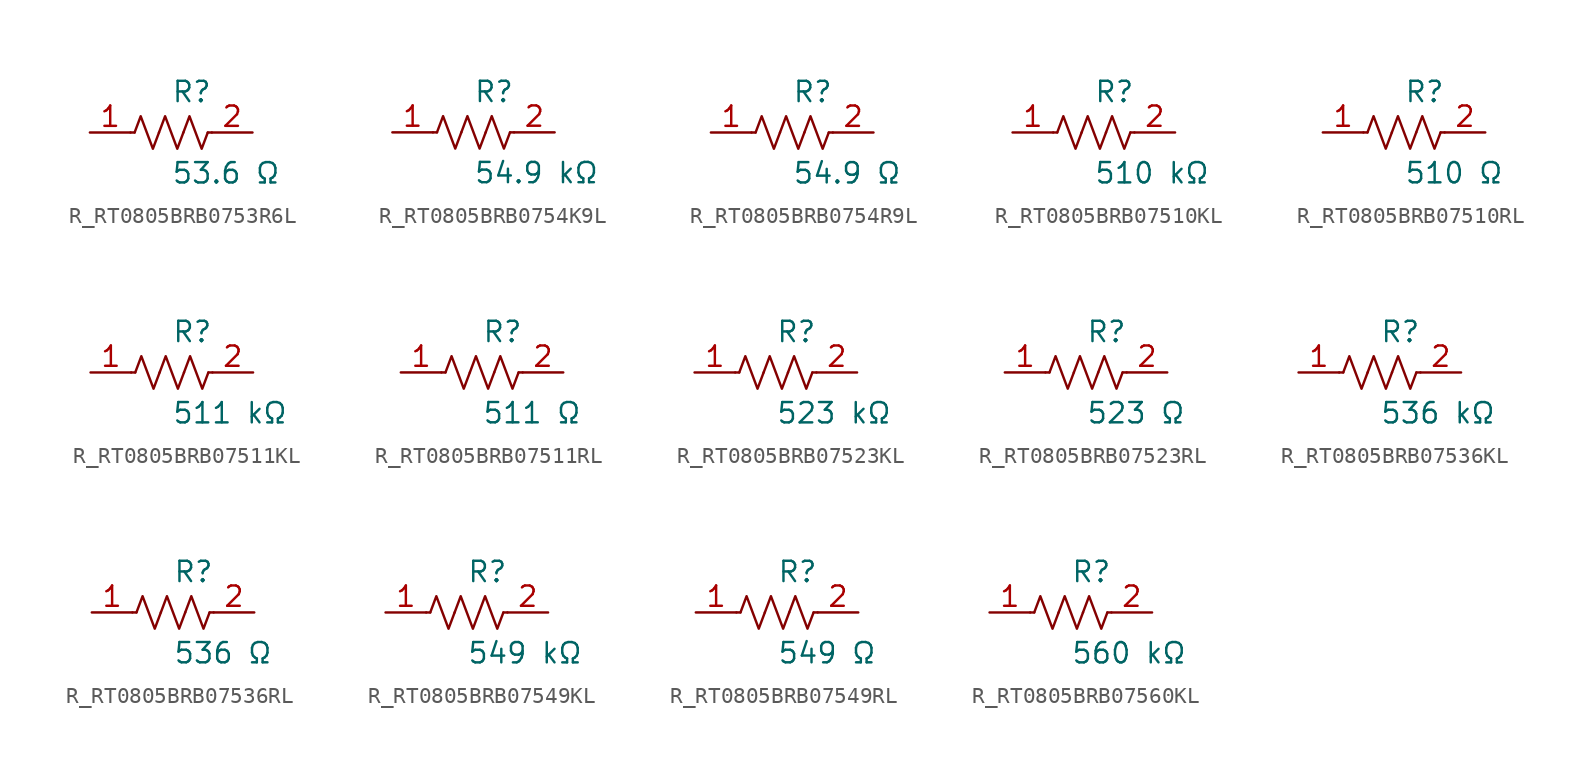
<source format=kicad_sym>
(kicad_symbol_lib
  (version 20231120)
  (generator kicad_symbol_editor)
  (generator_version 8.0)
  (symbol "R_RT0805BRB0753R6L"
    (pin_names
      (offset 0.254))
    (property "Reference" "R"
      (at 0 2.54 0)
      (effects (font (size 1.27 1.27)) (justify left)))
    (property "Value" "53.6 Ω"
      (at 0 -2.54 0)
      (effects (font (size 1.27 1.27)) (justify left)))
    (symbol "R_RT0805BRB0753R6L_0_1"
      (polyline (pts (xy 2.286 0) (xy 2.54 0)) (stroke (width 0) (type default)) (fill (type none)))
      (polyline (pts (xy -2.286 0) (xy -2.54 0)) (stroke (width 0) (type default)) (fill (type none)))
      (polyline (pts (xy 0.762 0) (xy 1.143 1.016) (xy 1.524 0) (xy 1.905 -1.016) (xy 2.286 0)) (stroke (width 0) (type default)) (fill (type none)))
      (polyline (pts (xy -0.762 0) (xy -0.381 1.016) (xy 0 0) (xy 0.381 -1.016) (xy 0.762 0)) (stroke (width 0) (type default)) (fill (type none)))
      (polyline (pts (xy -2.286 0) (xy -1.905 1.016) (xy -1.524 0) (xy -1.143 -1.016) (xy -0.762 0)) (stroke (width 0) (type default)) (fill (type none))))
    (pin unspecified line
      (at -5.08 0 0)
      (length 2.54)
      (name "" (effects (font (size 1.27 1.27))))
      (number "1" (effects (font (size 1.27 1.27)))))
    (pin unspecified line
      (at 5.08 0 180)
      (length 2.54)
      (name "" (effects (font (size 1.27 1.27))))
      (number "2" (effects (font (size 1.27 1.27))))))
  (symbol "R_RT0805BRB0754K9L"
    (pin_names
      (offset 0.254))
    (property "Reference" "R"
      (at 0 2.54 0)
      (effects (font (size 1.27 1.27)) (justify left)))
    (property "Value" "54.9 kΩ"
      (at 0 -2.54 0)
      (effects (font (size 1.27 1.27)) (justify left)))
    (symbol "R_RT0805BRB0754K9L_0_1"
      (polyline (pts (xy 2.286 0) (xy 2.54 0)) (stroke (width 0) (type default)) (fill (type none)))
      (polyline (pts (xy -2.286 0) (xy -2.54 0)) (stroke (width 0) (type default)) (fill (type none)))
      (polyline (pts (xy 0.762 0) (xy 1.143 1.016) (xy 1.524 0) (xy 1.905 -1.016) (xy 2.286 0)) (stroke (width 0) (type default)) (fill (type none)))
      (polyline (pts (xy -0.762 0) (xy -0.381 1.016) (xy 0 0) (xy 0.381 -1.016) (xy 0.762 0)) (stroke (width 0) (type default)) (fill (type none)))
      (polyline (pts (xy -2.286 0) (xy -1.905 1.016) (xy -1.524 0) (xy -1.143 -1.016) (xy -0.762 0)) (stroke (width 0) (type default)) (fill (type none))))
    (pin unspecified line
      (at -5.08 0 0)
      (length 2.54)
      (name "" (effects (font (size 1.27 1.27))))
      (number "1" (effects (font (size 1.27 1.27)))))
    (pin unspecified line
      (at 5.08 0 180)
      (length 2.54)
      (name "" (effects (font (size 1.27 1.27))))
      (number "2" (effects (font (size 1.27 1.27))))))
  (symbol "R_RT0805BRB0754R9L"
    (pin_names
      (offset 0.254))
    (property "Reference" "R"
      (at 0 2.54 0)
      (effects (font (size 1.27 1.27)) (justify left)))
    (property "Value" "54.9 Ω"
      (at 0 -2.54 0)
      (effects (font (size 1.27 1.27)) (justify left)))
    (symbol "R_RT0805BRB0754R9L_0_1"
      (polyline (pts (xy 2.286 0) (xy 2.54 0)) (stroke (width 0) (type default)) (fill (type none)))
      (polyline (pts (xy -2.286 0) (xy -2.54 0)) (stroke (width 0) (type default)) (fill (type none)))
      (polyline (pts (xy 0.762 0) (xy 1.143 1.016) (xy 1.524 0) (xy 1.905 -1.016) (xy 2.286 0)) (stroke (width 0) (type default)) (fill (type none)))
      (polyline (pts (xy -0.762 0) (xy -0.381 1.016) (xy 0 0) (xy 0.381 -1.016) (xy 0.762 0)) (stroke (width 0) (type default)) (fill (type none)))
      (polyline (pts (xy -2.286 0) (xy -1.905 1.016) (xy -1.524 0) (xy -1.143 -1.016) (xy -0.762 0)) (stroke (width 0) (type default)) (fill (type none))))
    (pin unspecified line
      (at -5.08 0 0)
      (length 2.54)
      (name "" (effects (font (size 1.27 1.27))))
      (number "1" (effects (font (size 1.27 1.27)))))
    (pin unspecified line
      (at 5.08 0 180)
      (length 2.54)
      (name "" (effects (font (size 1.27 1.27))))
      (number "2" (effects (font (size 1.27 1.27))))))
  (symbol "R_RT0805BRB07510KL"
    (pin_names
      (offset 0.254))
    (property "Reference" "R"
      (at 0 2.54 0)
      (effects (font (size 1.27 1.27)) (justify left)))
    (property "Value" "510 kΩ"
      (at 0 -2.54 0)
      (effects (font (size 1.27 1.27)) (justify left)))
    (symbol "R_RT0805BRB07510KL_0_1"
      (polyline (pts (xy 2.286 0) (xy 2.54 0)) (stroke (width 0) (type default)) (fill (type none)))
      (polyline (pts (xy -2.286 0) (xy -2.54 0)) (stroke (width 0) (type default)) (fill (type none)))
      (polyline (pts (xy 0.762 0) (xy 1.143 1.016) (xy 1.524 0) (xy 1.905 -1.016) (xy 2.286 0)) (stroke (width 0) (type default)) (fill (type none)))
      (polyline (pts (xy -0.762 0) (xy -0.381 1.016) (xy 0 0) (xy 0.381 -1.016) (xy 0.762 0)) (stroke (width 0) (type default)) (fill (type none)))
      (polyline (pts (xy -2.286 0) (xy -1.905 1.016) (xy -1.524 0) (xy -1.143 -1.016) (xy -0.762 0)) (stroke (width 0) (type default)) (fill (type none))))
    (pin unspecified line
      (at -5.08 0 0)
      (length 2.54)
      (name "" (effects (font (size 1.27 1.27))))
      (number "1" (effects (font (size 1.27 1.27)))))
    (pin unspecified line
      (at 5.08 0 180)
      (length 2.54)
      (name "" (effects (font (size 1.27 1.27))))
      (number "2" (effects (font (size 1.27 1.27))))))
  (symbol "R_RT0805BRB07510RL"
    (pin_names
      (offset 0.254))
    (property "Reference" "R"
      (at 0 2.54 0)
      (effects (font (size 1.27 1.27)) (justify left)))
    (property "Value" "510 Ω"
      (at 0 -2.54 0)
      (effects (font (size 1.27 1.27)) (justify left)))
    (symbol "R_RT0805BRB07510RL_0_1"
      (polyline (pts (xy 2.286 0) (xy 2.54 0)) (stroke (width 0) (type default)) (fill (type none)))
      (polyline (pts (xy -2.286 0) (xy -2.54 0)) (stroke (width 0) (type default)) (fill (type none)))
      (polyline (pts (xy 0.762 0) (xy 1.143 1.016) (xy 1.524 0) (xy 1.905 -1.016) (xy 2.286 0)) (stroke (width 0) (type default)) (fill (type none)))
      (polyline (pts (xy -0.762 0) (xy -0.381 1.016) (xy 0 0) (xy 0.381 -1.016) (xy 0.762 0)) (stroke (width 0) (type default)) (fill (type none)))
      (polyline (pts (xy -2.286 0) (xy -1.905 1.016) (xy -1.524 0) (xy -1.143 -1.016) (xy -0.762 0)) (stroke (width 0) (type default)) (fill (type none))))
    (pin unspecified line
      (at -5.08 0 0)
      (length 2.54)
      (name "" (effects (font (size 1.27 1.27))))
      (number "1" (effects (font (size 1.27 1.27)))))
    (pin unspecified line
      (at 5.08 0 180)
      (length 2.54)
      (name "" (effects (font (size 1.27 1.27))))
      (number "2" (effects (font (size 1.27 1.27))))))
  (symbol "R_RT0805BRB07511KL"
    (pin_names
      (offset 0.254))
    (property "Reference" "R"
      (at 0 2.54 0)
      (effects (font (size 1.27 1.27)) (justify left)))
    (property "Value" "511 kΩ"
      (at 0 -2.54 0)
      (effects (font (size 1.27 1.27)) (justify left)))
    (symbol "R_RT0805BRB07511KL_0_1"
      (polyline (pts (xy 2.286 0) (xy 2.54 0)) (stroke (width 0) (type default)) (fill (type none)))
      (polyline (pts (xy -2.286 0) (xy -2.54 0)) (stroke (width 0) (type default)) (fill (type none)))
      (polyline (pts (xy 0.762 0) (xy 1.143 1.016) (xy 1.524 0) (xy 1.905 -1.016) (xy 2.286 0)) (stroke (width 0) (type default)) (fill (type none)))
      (polyline (pts (xy -0.762 0) (xy -0.381 1.016) (xy 0 0) (xy 0.381 -1.016) (xy 0.762 0)) (stroke (width 0) (type default)) (fill (type none)))
      (polyline (pts (xy -2.286 0) (xy -1.905 1.016) (xy -1.524 0) (xy -1.143 -1.016) (xy -0.762 0)) (stroke (width 0) (type default)) (fill (type none))))
    (pin unspecified line
      (at -5.08 0 0)
      (length 2.54)
      (name "" (effects (font (size 1.27 1.27))))
      (number "1" (effects (font (size 1.27 1.27)))))
    (pin unspecified line
      (at 5.08 0 180)
      (length 2.54)
      (name "" (effects (font (size 1.27 1.27))))
      (number "2" (effects (font (size 1.27 1.27))))))
  (symbol "R_RT0805BRB07511RL"
    (pin_names
      (offset 0.254))
    (property "Reference" "R"
      (at 0 2.54 0)
      (effects (font (size 1.27 1.27)) (justify left)))
    (property "Value" "511 Ω"
      (at 0 -2.54 0)
      (effects (font (size 1.27 1.27)) (justify left)))
    (symbol "R_RT0805BRB07511RL_0_1"
      (polyline (pts (xy 2.286 0) (xy 2.54 0)) (stroke (width 0) (type default)) (fill (type none)))
      (polyline (pts (xy -2.286 0) (xy -2.54 0)) (stroke (width 0) (type default)) (fill (type none)))
      (polyline (pts (xy 0.762 0) (xy 1.143 1.016) (xy 1.524 0) (xy 1.905 -1.016) (xy 2.286 0)) (stroke (width 0) (type default)) (fill (type none)))
      (polyline (pts (xy -0.762 0) (xy -0.381 1.016) (xy 0 0) (xy 0.381 -1.016) (xy 0.762 0)) (stroke (width 0) (type default)) (fill (type none)))
      (polyline (pts (xy -2.286 0) (xy -1.905 1.016) (xy -1.524 0) (xy -1.143 -1.016) (xy -0.762 0)) (stroke (width 0) (type default)) (fill (type none))))
    (pin unspecified line
      (at -5.08 0 0)
      (length 2.54)
      (name "" (effects (font (size 1.27 1.27))))
      (number "1" (effects (font (size 1.27 1.27)))))
    (pin unspecified line
      (at 5.08 0 180)
      (length 2.54)
      (name "" (effects (font (size 1.27 1.27))))
      (number "2" (effects (font (size 1.27 1.27))))))
  (symbol "R_RT0805BRB07523KL"
    (pin_names
      (offset 0.254))
    (property "Reference" "R"
      (at 0 2.54 0)
      (effects (font (size 1.27 1.27)) (justify left)))
    (property "Value" "523 kΩ"
      (at 0 -2.54 0)
      (effects (font (size 1.27 1.27)) (justify left)))
    (symbol "R_RT0805BRB07523KL_0_1"
      (polyline (pts (xy 2.286 0) (xy 2.54 0)) (stroke (width 0) (type default)) (fill (type none)))
      (polyline (pts (xy -2.286 0) (xy -2.54 0)) (stroke (width 0) (type default)) (fill (type none)))
      (polyline (pts (xy 0.762 0) (xy 1.143 1.016) (xy 1.524 0) (xy 1.905 -1.016) (xy 2.286 0)) (stroke (width 0) (type default)) (fill (type none)))
      (polyline (pts (xy -0.762 0) (xy -0.381 1.016) (xy 0 0) (xy 0.381 -1.016) (xy 0.762 0)) (stroke (width 0) (type default)) (fill (type none)))
      (polyline (pts (xy -2.286 0) (xy -1.905 1.016) (xy -1.524 0) (xy -1.143 -1.016) (xy -0.762 0)) (stroke (width 0) (type default)) (fill (type none))))
    (pin unspecified line
      (at -5.08 0 0)
      (length 2.54)
      (name "" (effects (font (size 1.27 1.27))))
      (number "1" (effects (font (size 1.27 1.27)))))
    (pin unspecified line
      (at 5.08 0 180)
      (length 2.54)
      (name "" (effects (font (size 1.27 1.27))))
      (number "2" (effects (font (size 1.27 1.27))))))
  (symbol "R_RT0805BRB07523RL"
    (pin_names
      (offset 0.254))
    (property "Reference" "R"
      (at 0 2.54 0)
      (effects (font (size 1.27 1.27)) (justify left)))
    (property "Value" "523 Ω"
      (at 0 -2.54 0)
      (effects (font (size 1.27 1.27)) (justify left)))
    (symbol "R_RT0805BRB07523RL_0_1"
      (polyline (pts (xy 2.286 0) (xy 2.54 0)) (stroke (width 0) (type default)) (fill (type none)))
      (polyline (pts (xy -2.286 0) (xy -2.54 0)) (stroke (width 0) (type default)) (fill (type none)))
      (polyline (pts (xy 0.762 0) (xy 1.143 1.016) (xy 1.524 0) (xy 1.905 -1.016) (xy 2.286 0)) (stroke (width 0) (type default)) (fill (type none)))
      (polyline (pts (xy -0.762 0) (xy -0.381 1.016) (xy 0 0) (xy 0.381 -1.016) (xy 0.762 0)) (stroke (width 0) (type default)) (fill (type none)))
      (polyline (pts (xy -2.286 0) (xy -1.905 1.016) (xy -1.524 0) (xy -1.143 -1.016) (xy -0.762 0)) (stroke (width 0) (type default)) (fill (type none))))
    (pin unspecified line
      (at -5.08 0 0)
      (length 2.54)
      (name "" (effects (font (size 1.27 1.27))))
      (number "1" (effects (font (size 1.27 1.27)))))
    (pin unspecified line
      (at 5.08 0 180)
      (length 2.54)
      (name "" (effects (font (size 1.27 1.27))))
      (number "2" (effects (font (size 1.27 1.27))))))
  (symbol "R_RT0805BRB07536KL"
    (pin_names
      (offset 0.254))
    (property "Reference" "R"
      (at 0 2.54 0)
      (effects (font (size 1.27 1.27)) (justify left)))
    (property "Value" "536 kΩ"
      (at 0 -2.54 0)
      (effects (font (size 1.27 1.27)) (justify left)))
    (symbol "R_RT0805BRB07536KL_0_1"
      (polyline (pts (xy 2.286 0) (xy 2.54 0)) (stroke (width 0) (type default)) (fill (type none)))
      (polyline (pts (xy -2.286 0) (xy -2.54 0)) (stroke (width 0) (type default)) (fill (type none)))
      (polyline (pts (xy 0.762 0) (xy 1.143 1.016) (xy 1.524 0) (xy 1.905 -1.016) (xy 2.286 0)) (stroke (width 0) (type default)) (fill (type none)))
      (polyline (pts (xy -0.762 0) (xy -0.381 1.016) (xy 0 0) (xy 0.381 -1.016) (xy 0.762 0)) (stroke (width 0) (type default)) (fill (type none)))
      (polyline (pts (xy -2.286 0) (xy -1.905 1.016) (xy -1.524 0) (xy -1.143 -1.016) (xy -0.762 0)) (stroke (width 0) (type default)) (fill (type none))))
    (pin unspecified line
      (at -5.08 0 0)
      (length 2.54)
      (name "" (effects (font (size 1.27 1.27))))
      (number "1" (effects (font (size 1.27 1.27)))))
    (pin unspecified line
      (at 5.08 0 180)
      (length 2.54)
      (name "" (effects (font (size 1.27 1.27))))
      (number "2" (effects (font (size 1.27 1.27))))))
  (symbol "R_RT0805BRB07536RL"
    (pin_names
      (offset 0.254))
    (property "Reference" "R"
      (at 0 2.54 0)
      (effects (font (size 1.27 1.27)) (justify left)))
    (property "Value" "536 Ω"
      (at 0 -2.54 0)
      (effects (font (size 1.27 1.27)) (justify left)))
    (symbol "R_RT0805BRB07536RL_0_1"
      (polyline (pts (xy 2.286 0) (xy 2.54 0)) (stroke (width 0) (type default)) (fill (type none)))
      (polyline (pts (xy -2.286 0) (xy -2.54 0)) (stroke (width 0) (type default)) (fill (type none)))
      (polyline (pts (xy 0.762 0) (xy 1.143 1.016) (xy 1.524 0) (xy 1.905 -1.016) (xy 2.286 0)) (stroke (width 0) (type default)) (fill (type none)))
      (polyline (pts (xy -0.762 0) (xy -0.381 1.016) (xy 0 0) (xy 0.381 -1.016) (xy 0.762 0)) (stroke (width 0) (type default)) (fill (type none)))
      (polyline (pts (xy -2.286 0) (xy -1.905 1.016) (xy -1.524 0) (xy -1.143 -1.016) (xy -0.762 0)) (stroke (width 0) (type default)) (fill (type none))))
    (pin unspecified line
      (at -5.08 0 0)
      (length 2.54)
      (name "" (effects (font (size 1.27 1.27))))
      (number "1" (effects (font (size 1.27 1.27)))))
    (pin unspecified line
      (at 5.08 0 180)
      (length 2.54)
      (name "" (effects (font (size 1.27 1.27))))
      (number "2" (effects (font (size 1.27 1.27))))))
  (symbol "R_RT0805BRB07549KL"
    (pin_names
      (offset 0.254))
    (property "Reference" "R"
      (at 0 2.54 0)
      (effects (font (size 1.27 1.27)) (justify left)))
    (property "Value" "549 kΩ"
      (at 0 -2.54 0)
      (effects (font (size 1.27 1.27)) (justify left)))
    (symbol "R_RT0805BRB07549KL_0_1"
      (polyline (pts (xy 2.286 0) (xy 2.54 0)) (stroke (width 0) (type default)) (fill (type none)))
      (polyline (pts (xy -2.286 0) (xy -2.54 0)) (stroke (width 0) (type default)) (fill (type none)))
      (polyline (pts (xy 0.762 0) (xy 1.143 1.016) (xy 1.524 0) (xy 1.905 -1.016) (xy 2.286 0)) (stroke (width 0) (type default)) (fill (type none)))
      (polyline (pts (xy -0.762 0) (xy -0.381 1.016) (xy 0 0) (xy 0.381 -1.016) (xy 0.762 0)) (stroke (width 0) (type default)) (fill (type none)))
      (polyline (pts (xy -2.286 0) (xy -1.905 1.016) (xy -1.524 0) (xy -1.143 -1.016) (xy -0.762 0)) (stroke (width 0) (type default)) (fill (type none))))
    (pin unspecified line
      (at -5.08 0 0)
      (length 2.54)
      (name "" (effects (font (size 1.27 1.27))))
      (number "1" (effects (font (size 1.27 1.27)))))
    (pin unspecified line
      (at 5.08 0 180)
      (length 2.54)
      (name "" (effects (font (size 1.27 1.27))))
      (number "2" (effects (font (size 1.27 1.27))))))
  (symbol "R_RT0805BRB07549RL"
    (pin_names
      (offset 0.254))
    (property "Reference" "R"
      (at 0 2.54 0)
      (effects (font (size 1.27 1.27)) (justify left)))
    (property "Value" "549 Ω"
      (at 0 -2.54 0)
      (effects (font (size 1.27 1.27)) (justify left)))
    (symbol "R_RT0805BRB07549RL_0_1"
      (polyline (pts (xy 2.286 0) (xy 2.54 0)) (stroke (width 0) (type default)) (fill (type none)))
      (polyline (pts (xy -2.286 0) (xy -2.54 0)) (stroke (width 0) (type default)) (fill (type none)))
      (polyline (pts (xy 0.762 0) (xy 1.143 1.016) (xy 1.524 0) (xy 1.905 -1.016) (xy 2.286 0)) (stroke (width 0) (type default)) (fill (type none)))
      (polyline (pts (xy -0.762 0) (xy -0.381 1.016) (xy 0 0) (xy 0.381 -1.016) (xy 0.762 0)) (stroke (width 0) (type default)) (fill (type none)))
      (polyline (pts (xy -2.286 0) (xy -1.905 1.016) (xy -1.524 0) (xy -1.143 -1.016) (xy -0.762 0)) (stroke (width 0) (type default)) (fill (type none))))
    (pin unspecified line
      (at -5.08 0 0)
      (length 2.54)
      (name "" (effects (font (size 1.27 1.27))))
      (number "1" (effects (font (size 1.27 1.27)))))
    (pin unspecified line
      (at 5.08 0 180)
      (length 2.54)
      (name "" (effects (font (size 1.27 1.27))))
      (number "2" (effects (font (size 1.27 1.27))))))
  (symbol "R_RT0805BRB07560KL"
    (pin_names
      (offset 0.254))
    (property "Reference" "R"
      (at 0 2.54 0)
      (effects (font (size 1.27 1.27)) (justify left)))
    (property "Value" "560 kΩ"
      (at 0 -2.54 0)
      (effects (font (size 1.27 1.27)) (justify left)))
    (symbol "R_RT0805BRB07560KL_0_1"
      (polyline (pts (xy 2.286 0) (xy 2.54 0)) (stroke (width 0) (type default)) (fill (type none)))
      (polyline (pts (xy -2.286 0) (xy -2.54 0)) (stroke (width 0) (type default)) (fill (type none)))
      (polyline (pts (xy 0.762 0) (xy 1.143 1.016) (xy 1.524 0) (xy 1.905 -1.016) (xy 2.286 0)) (stroke (width 0) (type default)) (fill (type none)))
      (polyline (pts (xy -0.762 0) (xy -0.381 1.016) (xy 0 0) (xy 0.381 -1.016) (xy 0.762 0)) (stroke (width 0) (type default)) (fill (type none)))
      (polyline (pts (xy -2.286 0) (xy -1.905 1.016) (xy -1.524 0) (xy -1.143 -1.016) (xy -0.762 0)) (stroke (width 0) (type default)) (fill (type none))))
    (pin unspecified line
      (at -5.08 0 0)
      (length 2.54)
      (name "" (effects (font (size 1.27 1.27))))
      (number "1" (effects (font (size 1.27 1.27)))))
    (pin unspecified line
      (at 5.08 0 180)
      (length 2.54)
      (name "" (effects (font (size 1.27 1.27))))
      (number "2" (effects (font (size 1.27 1.27)))))))
</source>
